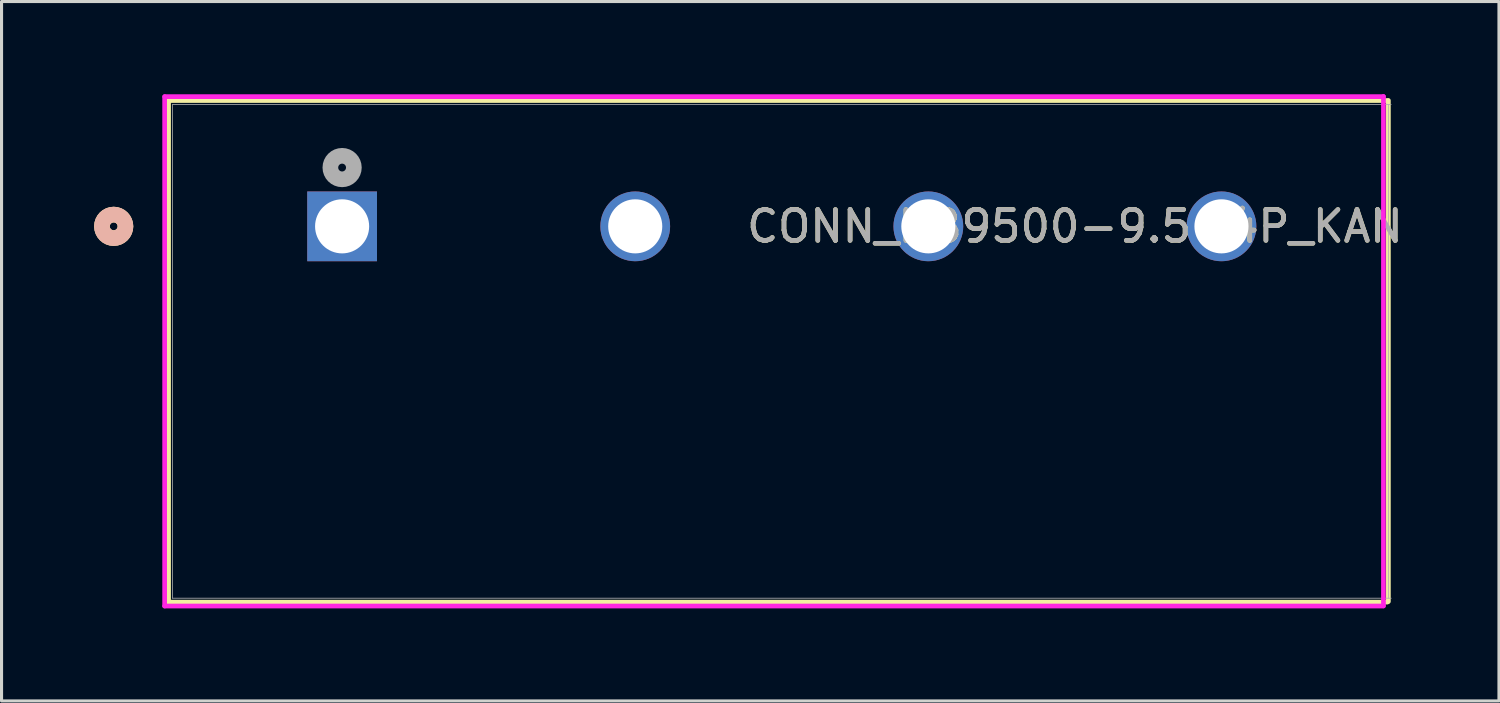
<source format=kicad_pcb>
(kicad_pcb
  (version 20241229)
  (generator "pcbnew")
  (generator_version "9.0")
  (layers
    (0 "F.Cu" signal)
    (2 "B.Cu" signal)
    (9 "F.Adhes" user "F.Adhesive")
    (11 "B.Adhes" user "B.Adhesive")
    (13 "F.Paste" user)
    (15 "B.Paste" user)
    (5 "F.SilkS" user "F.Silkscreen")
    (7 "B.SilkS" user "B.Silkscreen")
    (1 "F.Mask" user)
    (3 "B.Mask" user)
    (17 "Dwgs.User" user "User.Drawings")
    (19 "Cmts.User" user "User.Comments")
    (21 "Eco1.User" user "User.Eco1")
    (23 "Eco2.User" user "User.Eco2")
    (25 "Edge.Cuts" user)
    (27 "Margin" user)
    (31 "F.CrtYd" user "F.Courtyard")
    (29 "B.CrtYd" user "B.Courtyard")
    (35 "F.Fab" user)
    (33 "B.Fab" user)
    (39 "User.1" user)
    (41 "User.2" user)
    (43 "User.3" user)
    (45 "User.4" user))
  (footprint "CONN_HB9500-9.5-4P_KAN"
    (layer "F.Cu")
    (at 8.038 4.286)
    (property "Reference" "CONN_HB9500-9.5-4P_KAN" (at 23.75 0 0) (unlocked yes) (layer "F.SilkS") (effects (font (size 1 1) (thickness 0.15))))
    (attr through_hole)
    (fp_line (start -5.625 -4.077) (end -5.625 12.179) (stroke (width 0.152) (type solid)) (layer "F.SilkS"))
    (fp_line (start -5.625 12.179) (end 33.875 12.179) (stroke (width 0.152) (type solid)) (layer "F.SilkS"))
    (fp_line (start 33.875 -4.077) (end -5.625 -4.077) (stroke (width 0.152) (type solid)) (layer "F.SilkS"))
    (fp_line (start 33.91 12.159) (end 33.91 -4.079) (stroke (width 0.152) (type solid)) (layer "F.SilkS"))
    (fp_circle (center -7.403 0) (end -7.022 0) (stroke (width 0.508) (type solid)) (fill no) (layer "F.SilkS"))
    (fp_circle (center -7.403 0) (end -7.022 0) (stroke (width 0.508) (type solid)) (fill no) (layer "B.SilkS"))
    (fp_line (start -5.752 -4.204) (end -5.752 12.306) (stroke (width 0.152) (type solid)) (layer "F.CrtYd"))
    (fp_line (start -5.752 12.306) (end 33.748 12.306) (stroke (width 0.152) (type solid)) (layer "F.CrtYd"))
    (fp_line (start 33.75 -4.204) (end -5.75 -4.204) (stroke (width 0.152) (type solid)) (layer "F.CrtYd"))
    (fp_line (start 33.75 12.3) (end 33.75 -4.21) (stroke (width 0.152) (type solid)) (layer "F.CrtYd"))
    (fp_line (start -5.498 -3.95) (end -5.498 12.052) (stroke (width 0.025) (type solid)) (layer "F.Fab"))
    (fp_line (start -5.498 12.052) (end 34.002 12.052) (stroke (width 0.025) (type solid)) (layer "F.Fab"))
    (fp_line (start 33.91 12.05) (end 33.91 -3.951) (stroke (width 0.025) (type solid)) (layer "F.Fab"))
    (fp_line (start 34 -3.95) (end -5.5 -3.95) (stroke (width 0.025) (type solid)) (layer "F.Fab"))
    (fp_circle (center 0 -1.905) (end 0.381 -1.905) (stroke (width 0.508) (type solid)) (fill no) (layer "F.Fab"))
    (fp_text user "${REFERENCE}" (at 23.75 0 0) (unlocked yes) (layer "F.Fab") (effects (font (size 1 1) (thickness 0.15))))
    (pad "1" thru_hole rect (at 0 0) (size 2.261 2.261) (drill 1.753) (layers "*.Cu" "*.Mask"))
    (pad "2" thru_hole circle (at 9.5 0) (size 2.261 2.261) (drill 1.753) (layers "*.Cu" "*.Mask"))
    (pad "3" thru_hole circle (at 19 0) (size 2.261 2.261) (drill 1.753) (layers "*.Cu" "*.Mask"))
    (pad "4" thru_hole circle (at 28.5 0) (size 2.261 2.261) (drill 1.753) (layers "*.Cu" "*.Mask")))
  (gr_rect
    (start -3 -3)
    (end 45.532 19.668)
    (stroke (width 0.1) (type default))
    (fill no)
    (layer "Edge.Cuts")))
</source>
